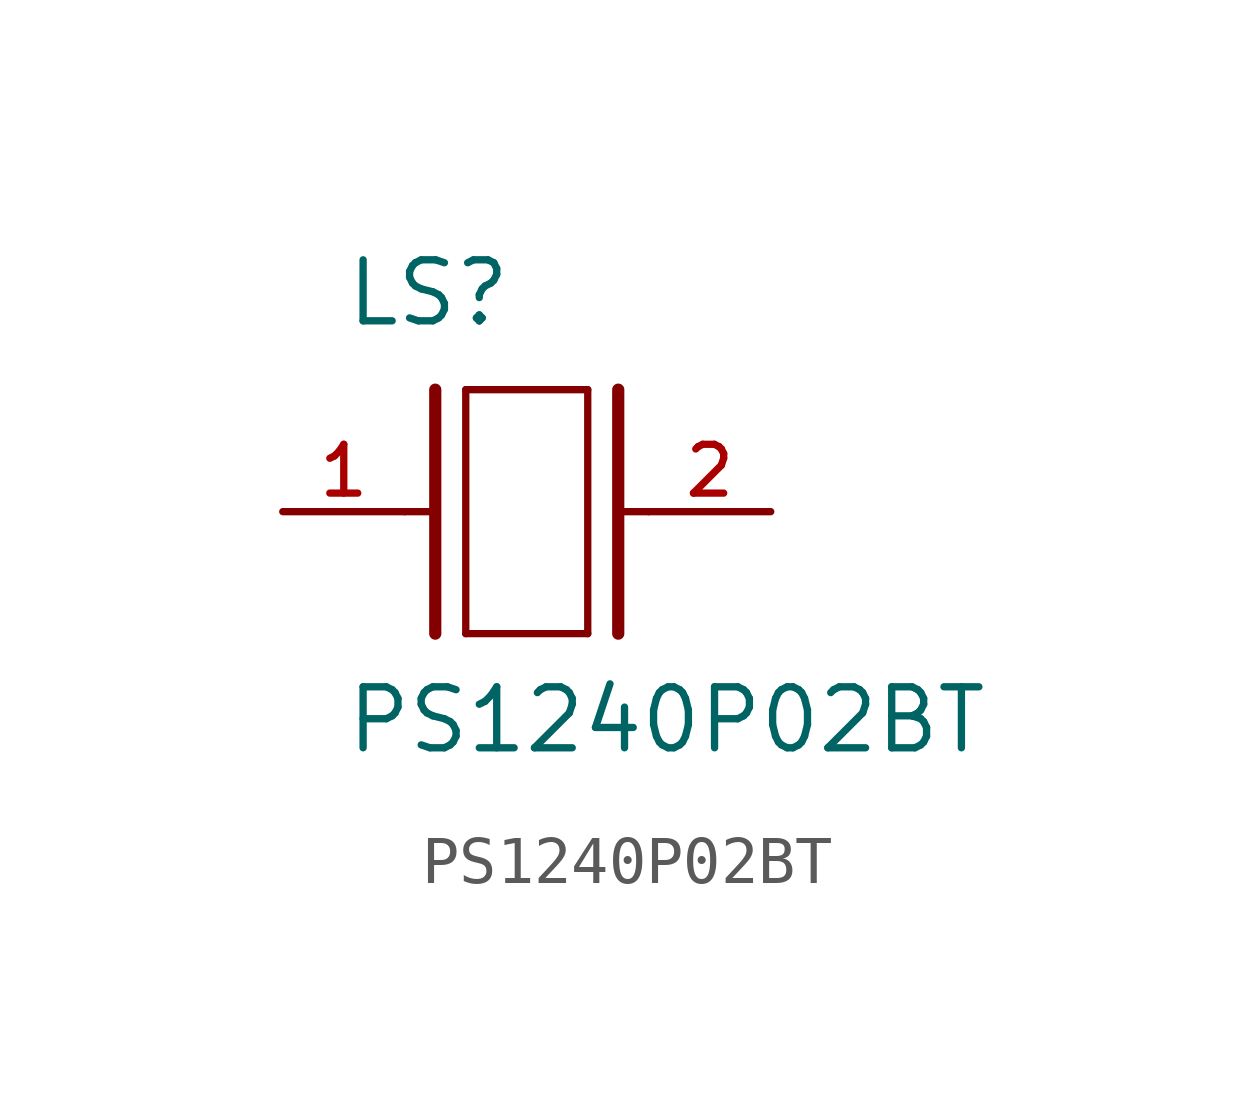
<source format=kicad_sym>
(kicad_symbol_lib
  (version 20211014)
  (generator kicad_symbol_editor)
  (symbol "PS1240P02BT"
    (pin_names
      (offset 1.016))
    (property "Reference" "LS"
      (at -3.81 3.81 0)
      (effects (font (size 1.27 1.27)) (justify bottom left)))
    (property "Value" "PS1240P02BT"
      (at -3.81 -5.08 0)
      (effects (font (size 1.27 1.27)) (justify bottom left)))
    (symbol "PS1240P02BT_0_0"
      (polyline (pts (xy -1.905 -2.54) (xy -1.905 2.54)) (stroke (width 0.254)))
      (polyline (pts (xy -1.27 -2.54) (xy 1.27 -2.54)) (stroke (width 0.152)))
      (polyline (pts (xy 1.27 -2.54) (xy 1.27 2.54)) (stroke (width 0.152)))
      (polyline (pts (xy 1.27 2.54) (xy -1.27 2.54)) (stroke (width 0.152)))
      (polyline (pts (xy -1.27 2.54) (xy -1.27 -2.54)) (stroke (width 0.152)))
      (polyline (pts (xy 1.905 2.54) (xy 1.905 -2.54)) (stroke (width 0.254)))
      (polyline (pts (xy -2.54 0.0) (xy -1.905 0.0)) (stroke (width 0.152)))
      (polyline (pts (xy 1.905 0.0) (xy 2.54 0.0)) (stroke (width 0.152)))
      (pin passive line (at -5.08 0.0 0) (length 2.54) (name "~" (effects (font (size 1.016 1.016)))) (number "1" (effects (font (size 1.016 1.016)))))
      (pin passive line (at 5.08 0.0 180.0) (length 2.54) (name "~" (effects (font (size 1.016 1.016)))) (number "2" (effects (font (size 1.016 1.016))))))))
</source>
